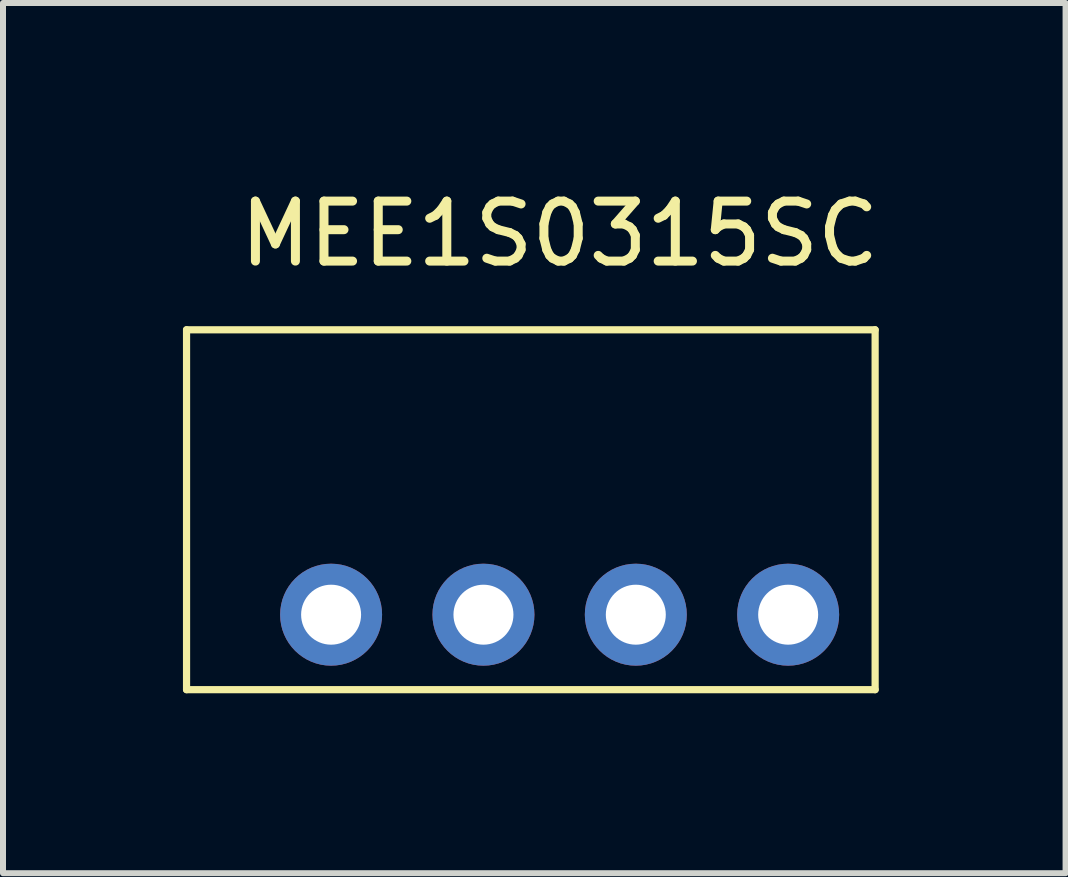
<source format=kicad_pcb>
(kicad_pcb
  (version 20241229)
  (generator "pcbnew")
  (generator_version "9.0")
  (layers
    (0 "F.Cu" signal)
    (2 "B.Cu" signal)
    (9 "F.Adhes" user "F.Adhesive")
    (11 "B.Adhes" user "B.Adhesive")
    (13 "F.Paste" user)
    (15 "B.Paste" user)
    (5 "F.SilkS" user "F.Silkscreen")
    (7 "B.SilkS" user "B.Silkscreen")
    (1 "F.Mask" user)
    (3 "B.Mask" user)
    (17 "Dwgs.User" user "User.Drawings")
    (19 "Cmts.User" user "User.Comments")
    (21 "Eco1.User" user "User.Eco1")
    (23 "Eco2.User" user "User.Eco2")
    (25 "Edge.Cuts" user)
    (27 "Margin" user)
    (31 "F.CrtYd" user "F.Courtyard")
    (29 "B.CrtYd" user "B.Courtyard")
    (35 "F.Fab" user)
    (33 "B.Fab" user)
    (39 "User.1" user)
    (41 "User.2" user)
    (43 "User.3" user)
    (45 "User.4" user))
  (footprint "MEE1S0315SC"
    (layer "F.Cu")
    (at 2.47 7.198)
    (property "Reference" "MEE1S0315SC" (at 3.81 -6.35 0) (layer "F.SilkS") (effects (font (size 1 1) (thickness 0.15))))
    (attr through_hole)
    (fp_line (start -2.41 -4.75) (end 9.07 -4.75) (stroke (width 0.12) (type solid)) (layer "F.SilkS"))
    (fp_line (start -2.41 1.25) (end -2.41 -4.75) (stroke (width 0.12) (type solid)) (layer "F.SilkS"))
    (fp_line (start -2.41 1.25) (end 9.07 1.25) (stroke (width 0.12) (type solid)) (layer "F.SilkS"))
    (fp_line (start 9.07 1.25) (end 9.07 -4.75) (stroke (width 0.12) (type solid)) (layer "F.SilkS"))
    (pad "1" thru_hole circle (at 0 0) (size 1.7 1.7) (drill 1) (layers "*.Cu" "*.Mask"))
    (pad "2" thru_hole circle (at 2.54 0) (size 1.7 1.7) (drill 1) (layers "*.Cu" "*.Mask"))
    (pad "3" thru_hole circle (at 5.08 0) (size 1.7 1.7) (drill 1) (layers "*.Cu" "*.Mask"))
    (pad "4" thru_hole circle (at 7.62 0) (size 1.7 1.7) (drill 1) (layers "*.Cu" "*.Mask")))
  (gr_rect
    (start -3 -3)
    (end 14.715 11.508)
    (stroke (width 0.1) (type default))
    (fill no)
    (layer "Edge.Cuts")))
</source>
